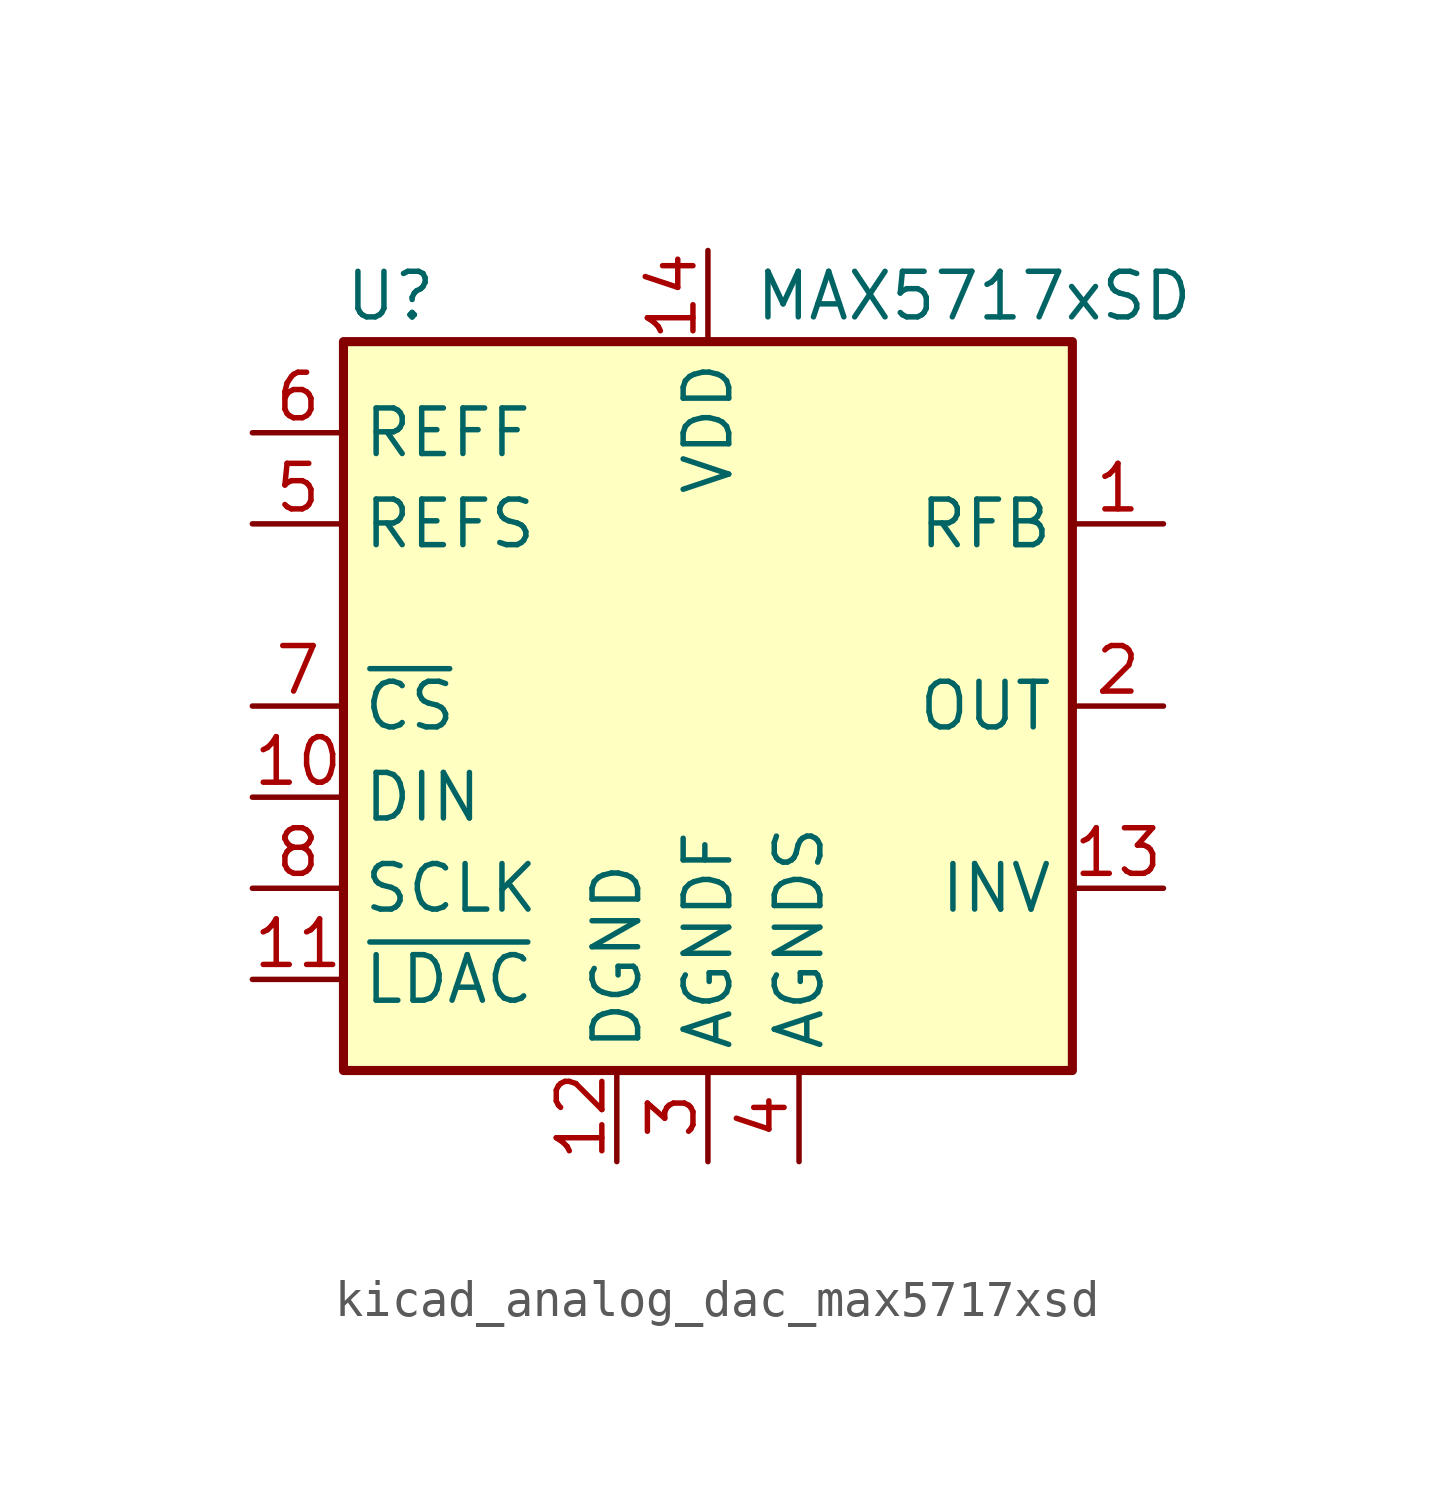
<source format=kicad_sym>
(kicad_symbol_lib
  (version 20220914)
  (generator kicad_symbol_editor)
  (symbol "kicad_analog_dac_max5717xsd"
    (property "Reference" "U"
      (at -10.16 11.43 0)
      (effects (font (size 1.27 1.27)) (justify left)))
    (property "Value" "MAX5717xSD"
      (at 1.27 11.43 0)
      (effects (font (size 1.27 1.27)) (justify left)))
    (symbol "kicad_analog_dac_max5717xsd_0_1"
      (rectangle (start -10.16 10.16) (end 10.16 -10.16) (stroke (width 0.254) (type default)) (fill (type background))))
    (symbol "kicad_analog_dac_max5717xsd_1_1"
      (pin passive line (at 12.7 5.08 180) (length 2.54) (name "RFB" (effects (font (size 1.27 1.27)))) (number "1" (effects (font (size 1.27 1.27)))))
      (pin input line (at -12.7 -2.54 0) (length 2.54) (name "DIN" (effects (font (size 1.27 1.27)))) (number "10" (effects (font (size 1.27 1.27)))))
      (pin input line (at -12.7 -7.62 0) (length 2.54) (name "~{LDAC}" (effects (font (size 1.27 1.27)))) (number "11" (effects (font (size 1.27 1.27)))))
      (pin power_in line (at -2.54 -12.7 90) (length 2.54) (name "DGND" (effects (font (size 1.27 1.27)))) (number "12" (effects (font (size 1.27 1.27)))))
      (pin passive line (at 12.7 -5.08 180) (length 2.54) (name "INV" (effects (font (size 1.27 1.27)))) (number "13" (effects (font (size 1.27 1.27)))))
      (pin power_in line (at 0 12.7 270) (length 2.54) (name "VDD" (effects (font (size 1.27 1.27)))) (number "14" (effects (font (size 1.27 1.27)))))
      (pin output line (at 12.7 0 180) (length 2.54) (name "OUT" (effects (font (size 1.27 1.27)))) (number "2" (effects (font (size 1.27 1.27)))))
      (pin power_in line (at 0 -12.7 90) (length 2.54) (name "AGNDF" (effects (font (size 1.27 1.27)))) (number "3" (effects (font (size 1.27 1.27)))))
      (pin power_in line (at 2.54 -12.7 90) (length 2.54) (name "AGNDS" (effects (font (size 1.27 1.27)))) (number "4" (effects (font (size 1.27 1.27)))))
      (pin input line (at -12.7 5.08 0) (length 2.54) (name "REFS" (effects (font (size 1.27 1.27)))) (number "5" (effects (font (size 1.27 1.27)))))
      (pin input line (at -12.7 7.62 0) (length 2.54) (name "REFF" (effects (font (size 1.27 1.27)))) (number "6" (effects (font (size 1.27 1.27)))))
      (pin input line (at -12.7 0 0) (length 2.54) (name "~{CS}" (effects (font (size 1.27 1.27)))) (number "7" (effects (font (size 1.27 1.27)))))
      (pin input line (at -12.7 -5.08 0) (length 2.54) (name "SCLK" (effects (font (size 1.27 1.27)))) (number "8" (effects (font (size 1.27 1.27)))))
      (pin no_connect line (at 10.16 -7.62 180) (length 2.54) hide (name "NC" (effects (font (size 1.27 1.27)))) (number "9" (effects (font (size 1.27 1.27))))))))
</source>
